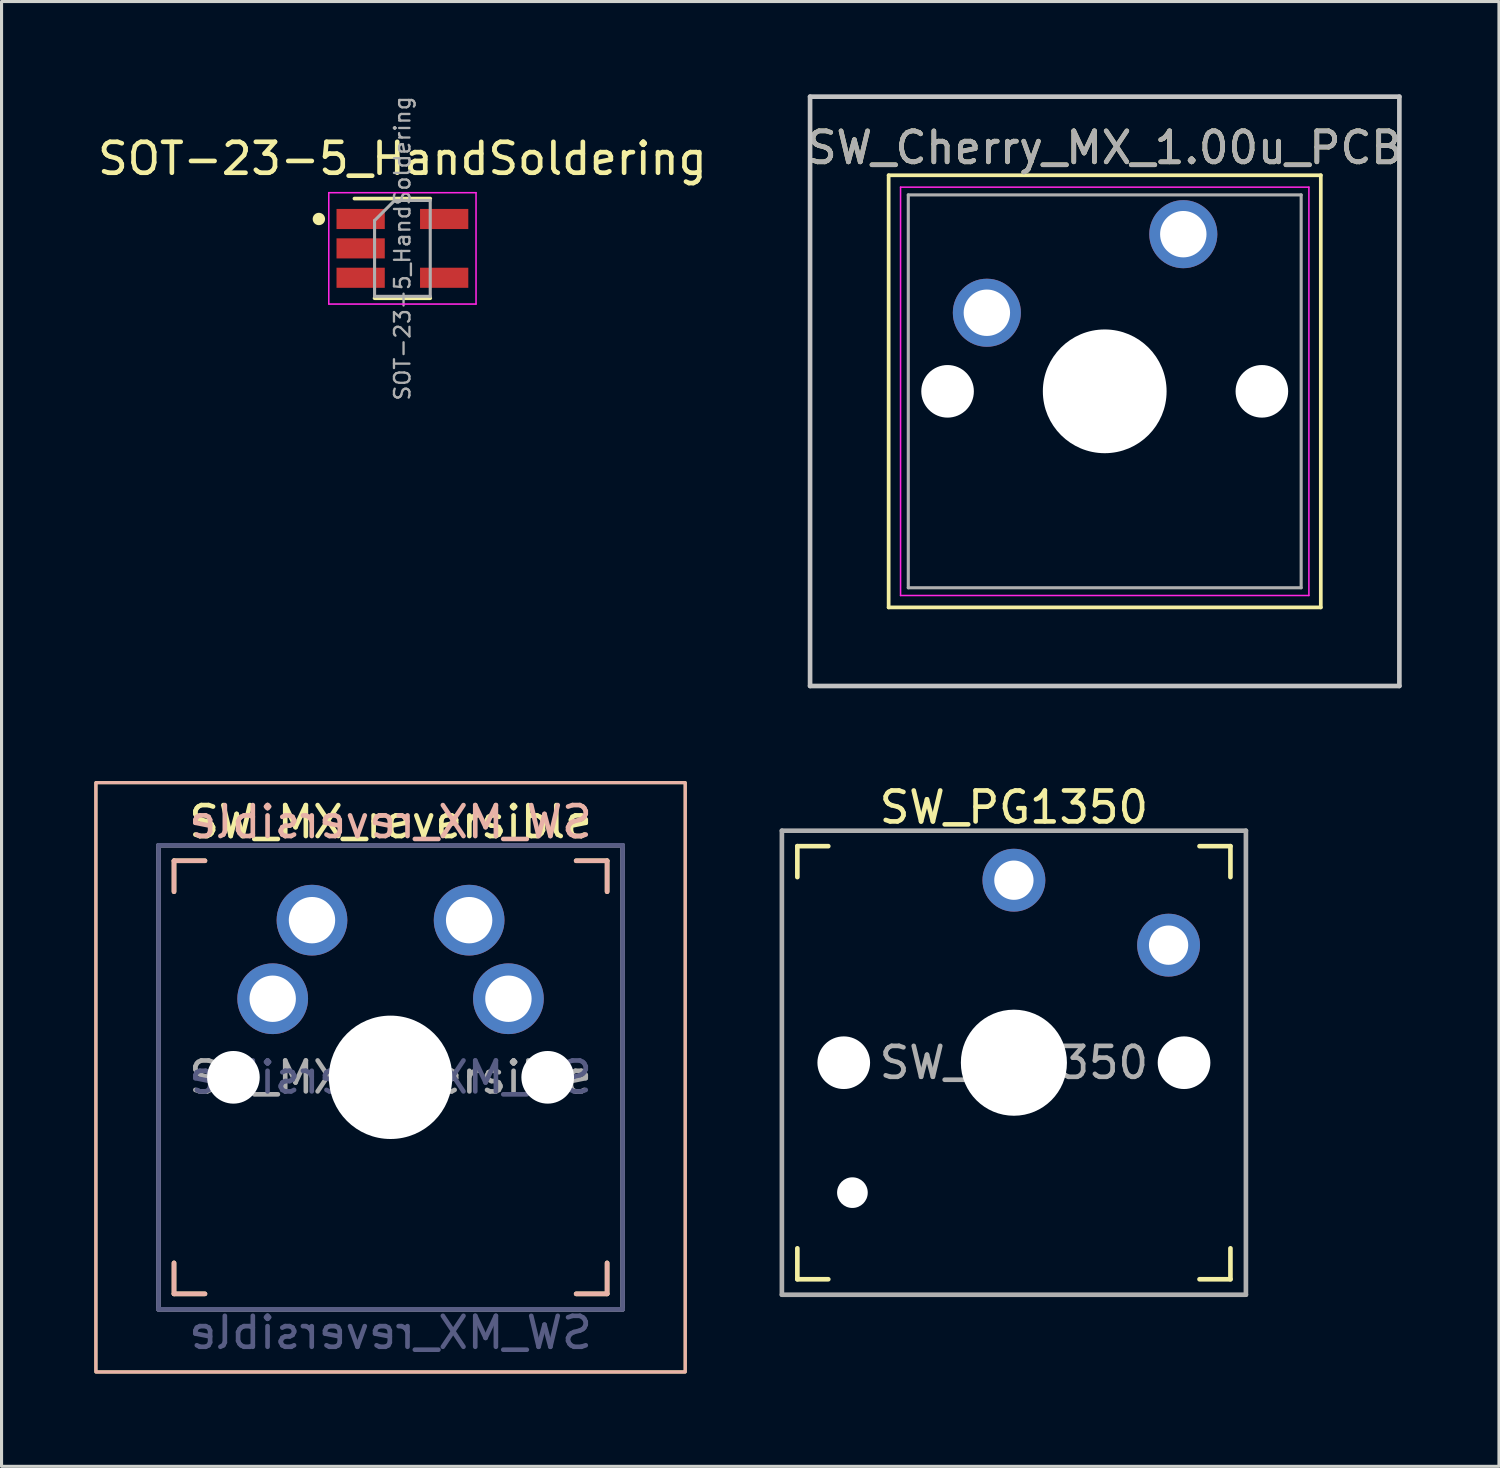
<source format=kicad_pcb>
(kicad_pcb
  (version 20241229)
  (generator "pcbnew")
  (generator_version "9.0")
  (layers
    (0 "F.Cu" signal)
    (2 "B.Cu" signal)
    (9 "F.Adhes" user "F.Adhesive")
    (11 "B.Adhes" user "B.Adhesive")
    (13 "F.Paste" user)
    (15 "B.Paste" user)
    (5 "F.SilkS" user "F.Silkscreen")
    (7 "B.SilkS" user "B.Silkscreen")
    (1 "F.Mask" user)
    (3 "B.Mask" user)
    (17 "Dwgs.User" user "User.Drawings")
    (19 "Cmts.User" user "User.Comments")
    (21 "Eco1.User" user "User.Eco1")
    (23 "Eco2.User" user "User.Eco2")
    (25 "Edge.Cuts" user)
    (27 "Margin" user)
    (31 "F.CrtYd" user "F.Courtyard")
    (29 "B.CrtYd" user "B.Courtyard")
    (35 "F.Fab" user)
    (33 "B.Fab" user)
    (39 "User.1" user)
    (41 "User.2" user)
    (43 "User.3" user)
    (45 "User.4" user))
  (footprint "SW_PG1350"
    (layer "F.Cu")
    (at 29.725 31.303)
    (property "Reference" "SW_PG1350" (at 0 -8.255 0) (layer "F.SilkS") (effects (font (size 1 1) (thickness 0.15))))
    (attr through_hole)
    (fp_line (start -7 -6) (end -7 -7) (stroke (width 0.15) (type solid)) (layer "F.SilkS"))
    (fp_line (start -7 7) (end -7 6) (stroke (width 0.15) (type solid)) (layer "F.SilkS"))
    (fp_line (start -7 7) (end -6 7) (stroke (width 0.15) (type solid)) (layer "F.SilkS"))
    (fp_line (start -6 -7) (end -7 -7) (stroke (width 0.15) (type solid)) (layer "F.SilkS"))
    (fp_line (start 6 7) (end 7 7) (stroke (width 0.15) (type solid)) (layer "F.SilkS"))
    (fp_line (start 7 -7) (end 6 -7) (stroke (width 0.15) (type solid)) (layer "F.SilkS"))
    (fp_line (start 7 -7) (end 7 -6) (stroke (width 0.15) (type solid)) (layer "F.SilkS"))
    (fp_line (start 7 6) (end 7 7) (stroke (width 0.15) (type solid)) (layer "F.SilkS"))
    (fp_line (start -6.9 6.9) (end -6.9 -6.9) (stroke (width 0.15) (type solid)) (layer "Eco2.User"))
    (fp_line (start -6.9 6.9) (end 6.9 6.9) (stroke (width 0.15) (type solid)) (layer "Eco2.User"))
    (fp_line (start 6.9 -6.9) (end -6.9 -6.9) (stroke (width 0.15) (type solid)) (layer "Eco2.User"))
    (fp_line (start 6.9 -6.9) (end 6.9 6.9) (stroke (width 0.15) (type solid)) (layer "Eco2.User"))
    (fp_line (start -7.5 -7.5) (end 7.5 -7.5) (stroke (width 0.15) (type solid)) (layer "F.Fab"))
    (fp_line (start -7.5 7.5) (end -7.5 -7.5) (stroke (width 0.15) (type solid)) (layer "F.Fab"))
    (fp_line (start 7.5 -7.5) (end 7.5 7.5) (stroke (width 0.15) (type solid)) (layer "F.Fab"))
    (fp_line (start 7.5 7.5) (end -7.5 7.5) (stroke (width 0.15) (type solid)) (layer "F.Fab"))
    (fp_text user "${REFERENCE}" (at 0 0 0) (layer "F.Fab") (effects (font (size 1 1) (thickness 0.15))))
    (pad "" np_thru_hole circle (at -5.5 0) (size 1.702 1.702) (drill 1.702) (layers "*.Cu" "*.Mask"))
    (pad "" np_thru_hole circle (at -5.22 4.2) (size 0.991 0.991) (drill 0.991) (layers "*.Cu" "*.Mask"))
    (pad "" np_thru_hole circle (at 0 0) (size 3.429 3.429) (drill 3.429) (layers "*.Cu" "*.Mask"))
    (pad "" np_thru_hole circle (at 5.5 0) (size 1.702 1.702) (drill 1.702) (layers "*.Cu" "*.Mask"))
    (pad "1" thru_hole circle (at 0 -5.9) (size 2.032 2.032) (drill 1.27) (layers "*.Cu" "*.Mask"))
    (pad "2" thru_hole circle (at 5 -3.8) (size 2.032 2.032) (drill 1.27) (layers "*.Cu" "*.Mask")))
  (footprint "SOT-23-5_HandSoldering"
    (layer "F.Cu")
    (at 9.958 4.979)
    (property "Reference" "SOT-23-5_HandSoldering" (at 0 -2.9 0) (layer "F.SilkS") (effects (font (size 1 1) (thickness 0.15))))
    (attr smd)
    (fp_line (start -0.9 1.61) (end 0.9 1.61) (stroke (width 0.12) (type solid)) (layer "F.SilkS"))
    (fp_line (start 0.9 -1.61) (end -1.55 -1.61) (stroke (width 0.12) (type solid)) (layer "F.SilkS"))
    (fp_circle (center -2.7 -0.95) (end -2.55 -0.95) (stroke (width 0.1) (type solid)) (fill yes) (layer "F.SilkS"))
    (fp_line (start -2.38 -1.8) (end -2.38 1.8) (stroke (width 0.05) (type solid)) (layer "F.CrtYd"))
    (fp_line (start -2.38 -1.8) (end 2.38 -1.8) (stroke (width 0.05) (type solid)) (layer "F.CrtYd"))
    (fp_line (start 2.38 1.8) (end -2.38 1.8) (stroke (width 0.05) (type solid)) (layer "F.CrtYd"))
    (fp_line (start 2.38 1.8) (end 2.38 -1.8) (stroke (width 0.05) (type solid)) (layer "F.CrtYd"))
    (fp_line (start -0.9 -0.9) (end -0.9 1.55) (stroke (width 0.1) (type solid)) (layer "F.Fab"))
    (fp_line (start -0.9 -0.9) (end -0.25 -1.55) (stroke (width 0.1) (type solid)) (layer "F.Fab"))
    (fp_line (start 0.9 -1.55) (end -0.25 -1.55) (stroke (width 0.1) (type solid)) (layer "F.Fab"))
    (fp_line (start 0.9 -1.55) (end 0.9 1.55) (stroke (width 0.1) (type solid)) (layer "F.Fab"))
    (fp_line (start 0.9 1.55) (end -0.9 1.55) (stroke (width 0.1) (type solid)) (layer "F.Fab"))
    (fp_text user "${REFERENCE}" (at 0 0 90) (layer "F.Fab") (effects (font (size 0.5 0.5) (thickness 0.075))))
    (pad "1" smd rect (at -1.35 -0.95) (size 1.56 0.65) (layers "F.Cu" "F.Mask" "F.Paste"))
    (pad "2" smd rect (at -1.35 0) (size 1.56 0.65) (layers "F.Cu" "F.Mask" "F.Paste"))
    (pad "3" smd rect (at -1.35 0.95) (size 1.56 0.65) (layers "F.Cu" "F.Mask" "F.Paste"))
    (pad "4" smd rect (at 1.35 0.95) (size 1.56 0.65) (layers "F.Cu" "F.Mask" "F.Paste"))
    (pad "5" smd rect (at 1.35 -0.95) (size 1.56 0.65) (layers "F.Cu" "F.Mask" "F.Paste")))
  (footprint "SW_MX_reversible"
    (layer "F.Cu")
    (at 9.575 31.775)
    (property "Reference" "SW_MX_reversible" (at 0 -8.255 0) (layer "F.SilkS") (effects (font (size 1 1) (thickness 0.15))))
    (property "Value" "SW_MX_reversible" (at 0 8.255 0) (layer "F.Fab") (hide yes) (effects (font (size 1 1) (thickness 0.15))))
    (attr through_hole)
    (fp_line (start -7 -7) (end -6 -7) (stroke (width 0.15) (type solid)) (layer "F.SilkS"))
    (fp_line (start -7 -6) (end -7 -7) (stroke (width 0.15) (type solid)) (layer "F.SilkS"))
    (fp_line (start -7 7) (end -7 6) (stroke (width 0.15) (type solid)) (layer "F.SilkS"))
    (fp_line (start -6 7) (end -7 7) (stroke (width 0.15) (type solid)) (layer "F.SilkS"))
    (fp_line (start 6 -7) (end 7 -7) (stroke (width 0.15) (type solid)) (layer "F.SilkS"))
    (fp_line (start 7 -7) (end 7 -6) (stroke (width 0.15) (type solid)) (layer "F.SilkS"))
    (fp_line (start 7 6) (end 7 7) (stroke (width 0.15) (type solid)) (layer "F.SilkS"))
    (fp_line (start 7 7) (end 6 7) (stroke (width 0.15) (type solid)) (layer "F.SilkS"))
    (fp_rect (start -9.525 -9.525) (end 9.525 9.525) (stroke (width 0.1) (type default)) (fill no) (layer "F.SilkS"))
    (fp_line (start -7 -7) (end -6 -7) (stroke (width 0.15) (type solid)) (layer "B.SilkS"))
    (fp_line (start -7 -6) (end -7 -7) (stroke (width 0.15) (type solid)) (layer "B.SilkS"))
    (fp_line (start -7 7) (end -7 6) (stroke (width 0.15) (type solid)) (layer "B.SilkS"))
    (fp_line (start -6 7) (end -7 7) (stroke (width 0.15) (type solid)) (layer "B.SilkS"))
    (fp_line (start 6 -7) (end 7 -7) (stroke (width 0.15) (type solid)) (layer "B.SilkS"))
    (fp_line (start 7 -7) (end 7 -6) (stroke (width 0.15) (type solid)) (layer "B.SilkS"))
    (fp_line (start 7 6) (end 7 7) (stroke (width 0.15) (type solid)) (layer "B.SilkS"))
    (fp_line (start 7 7) (end 6 7) (stroke (width 0.15) (type solid)) (layer "B.SilkS"))
    (fp_rect (start -9.525 -9.525) (end 9.525 9.525) (stroke (width 0.1) (type default)) (fill no) (layer "B.SilkS"))
    (fp_line (start -6.9 6.9) (end -6.9 -6.9) (stroke (width 0.15) (type solid)) (layer "Eco2.User"))
    (fp_line (start -6.9 6.9) (end 6.9 6.9) (stroke (width 0.15) (type solid)) (layer "Eco2.User"))
    (fp_line (start 6.9 -6.9) (end -6.9 -6.9) (stroke (width 0.15) (type solid)) (layer "Eco2.User"))
    (fp_line (start 6.9 -6.9) (end 6.9 6.9) (stroke (width 0.15) (type solid)) (layer "Eco2.User"))
    (fp_line (start -7.5 -7.5) (end 7.5 -7.5) (stroke (width 0.15) (type solid)) (layer "B.Fab"))
    (fp_line (start -7.5 7.5) (end -7.5 -7.5) (stroke (width 0.15) (type solid)) (layer "B.Fab"))
    (fp_line (start 7.5 -7.5) (end 7.5 7.5) (stroke (width 0.15) (type solid)) (layer "B.Fab"))
    (fp_line (start 7.5 7.5) (end -7.5 7.5) (stroke (width 0.15) (type solid)) (layer "B.Fab"))
    (fp_line (start -7.5 -7.5) (end 7.5 -7.5) (stroke (width 0.15) (type solid)) (layer "F.Fab"))
    (fp_line (start -7.5 7.5) (end -7.5 -7.5) (stroke (width 0.15) (type solid)) (layer "F.Fab"))
    (fp_line (start 7.5 -7.5) (end 7.5 7.5) (stroke (width 0.15) (type solid)) (layer "F.Fab"))
    (fp_line (start 7.5 7.5) (end -7.5 7.5) (stroke (width 0.15) (type solid)) (layer "F.Fab"))
    (fp_text user "${REFERENCE}" (at 0 -8.255 0) (layer "B.SilkS") (effects (font (size 1 1) (thickness 0.15)) (justify mirror)))
    (fp_text user "${REFERENCE}" (at 0 0 0) (layer "B.Fab") (effects (font (size 1 1) (thickness 0.15)) (justify mirror)))
    (fp_text user "${VALUE}" (at 0 8.255 0) (layer "B.Fab") (effects (font (size 1 1) (thickness 0.15)) (justify mirror)))
    (fp_text user "${REFERENCE}" (at 0 0 0) (layer "F.Fab") (effects (font (size 1 1) (thickness 0.15))))
    (pad "" np_thru_hole circle (at -5.08 0) (size 1.702 1.702) (drill 1.702) (layers "*.Cu" "*.Mask"))
    (pad "" np_thru_hole circle (at 0 0) (size 3.988 3.988) (drill 3.988) (layers "*.Cu" "*.Mask"))
    (pad "" np_thru_hole circle (at 5.08 0) (size 1.702 1.702) (drill 1.702) (layers "*.Cu" "*.Mask"))
    (pad "1" thru_hole circle (at 2.54 -5.08) (size 2.286 2.286) (drill 1.499) (layers "*.Cu" "*.Mask"))
    (pad "1" thru_hole circle (at 3.81 -2.54) (size 2.286 2.286) (drill 1.499) (layers "*.Cu" "*.Mask"))
    (pad "2" thru_hole circle (at -3.81 -2.54) (size 2.286 2.286) (drill 1.499) (layers "*.Cu" "*.Mask"))
    (pad "2" thru_hole circle (at -2.54 -5.08) (size 2.286 2.286) (drill 1.499) (layers "*.Cu" "*.Mask")))
  (footprint "SW_Cherry_MX_1.00u_PCB"
    (layer "F.Cu")
    (at 35.201 4.52)
    (property "Reference" "SW_Cherry_MX_1.00u_PCB" (at -2.54 -2.794 0) (layer "F.SilkS") (effects (font (size 1 1) (thickness 0.15))))
    (attr through_hole)
    (fp_line (start -9.525 -1.905) (end 4.445 -1.905) (stroke (width 0.12) (type solid)) (layer "F.SilkS"))
    (fp_line (start -9.525 12.065) (end -9.525 -1.905) (stroke (width 0.12) (type solid)) (layer "F.SilkS"))
    (fp_line (start 4.445 -1.905) (end 4.445 12.065) (stroke (width 0.12) (type solid)) (layer "F.SilkS"))
    (fp_line (start 4.445 12.065) (end -9.525 12.065) (stroke (width 0.12) (type solid)) (layer "F.SilkS"))
    (fp_line (start -12.065 -4.445) (end 6.985 -4.445) (stroke (width 0.15) (type solid)) (layer "Dwgs.User"))
    (fp_line (start -12.065 14.605) (end -12.065 -4.445) (stroke (width 0.15) (type solid)) (layer "Dwgs.User"))
    (fp_line (start 6.985 -4.445) (end 6.985 14.605) (stroke (width 0.15) (type solid)) (layer "Dwgs.User"))
    (fp_line (start 6.985 14.605) (end -12.065 14.605) (stroke (width 0.15) (type solid)) (layer "Dwgs.User"))
    (fp_line (start -9.14 -1.52) (end 4.06 -1.52) (stroke (width 0.05) (type solid)) (layer "F.CrtYd"))
    (fp_line (start -9.14 11.68) (end -9.14 -1.52) (stroke (width 0.05) (type solid)) (layer "F.CrtYd"))
    (fp_line (start 4.06 -1.52) (end 4.06 11.68) (stroke (width 0.05) (type solid)) (layer "F.CrtYd"))
    (fp_line (start 4.06 11.68) (end -9.14 11.68) (stroke (width 0.05) (type solid)) (layer "F.CrtYd"))
    (fp_line (start -8.89 -1.27) (end 3.81 -1.27) (stroke (width 0.1) (type solid)) (layer "F.Fab"))
    (fp_line (start -8.89 11.43) (end -8.89 -1.27) (stroke (width 0.1) (type solid)) (layer "F.Fab"))
    (fp_line (start 3.81 -1.27) (end 3.81 11.43) (stroke (width 0.1) (type solid)) (layer "F.Fab"))
    (fp_line (start 3.81 11.43) (end -8.89 11.43) (stroke (width 0.1) (type solid)) (layer "F.Fab"))
    (fp_text user "${REFERENCE}" (at -2.54 -2.794 0) (layer "F.Fab") (effects (font (size 1 1) (thickness 0.15))))
    (pad "" np_thru_hole circle (at -7.62 5.08) (size 1.7 1.7) (drill 1.7) (layers "*.Cu" "*.Mask"))
    (pad "" np_thru_hole circle (at -2.54 5.08) (size 4 4) (drill 4) (layers "*.Cu" "*.Mask"))
    (pad "" np_thru_hole circle (at 2.54 5.08) (size 1.7 1.7) (drill 1.7) (layers "*.Cu" "*.Mask"))
    (pad "1" thru_hole circle (at 0 0) (size 2.2 2.2) (drill 1.5) (layers "*.Cu" "*.Mask"))
    (pad "2" thru_hole circle (at -6.35 2.54) (size 2.2 2.2) (drill 1.5) (layers "*.Cu" "*.Mask")))
  (gr_rect
    (start -3 -3)
    (end 45.405 44.35)
    (stroke (width 0.1) (type default))
    (fill no)
    (layer "Edge.Cuts")))
</source>
